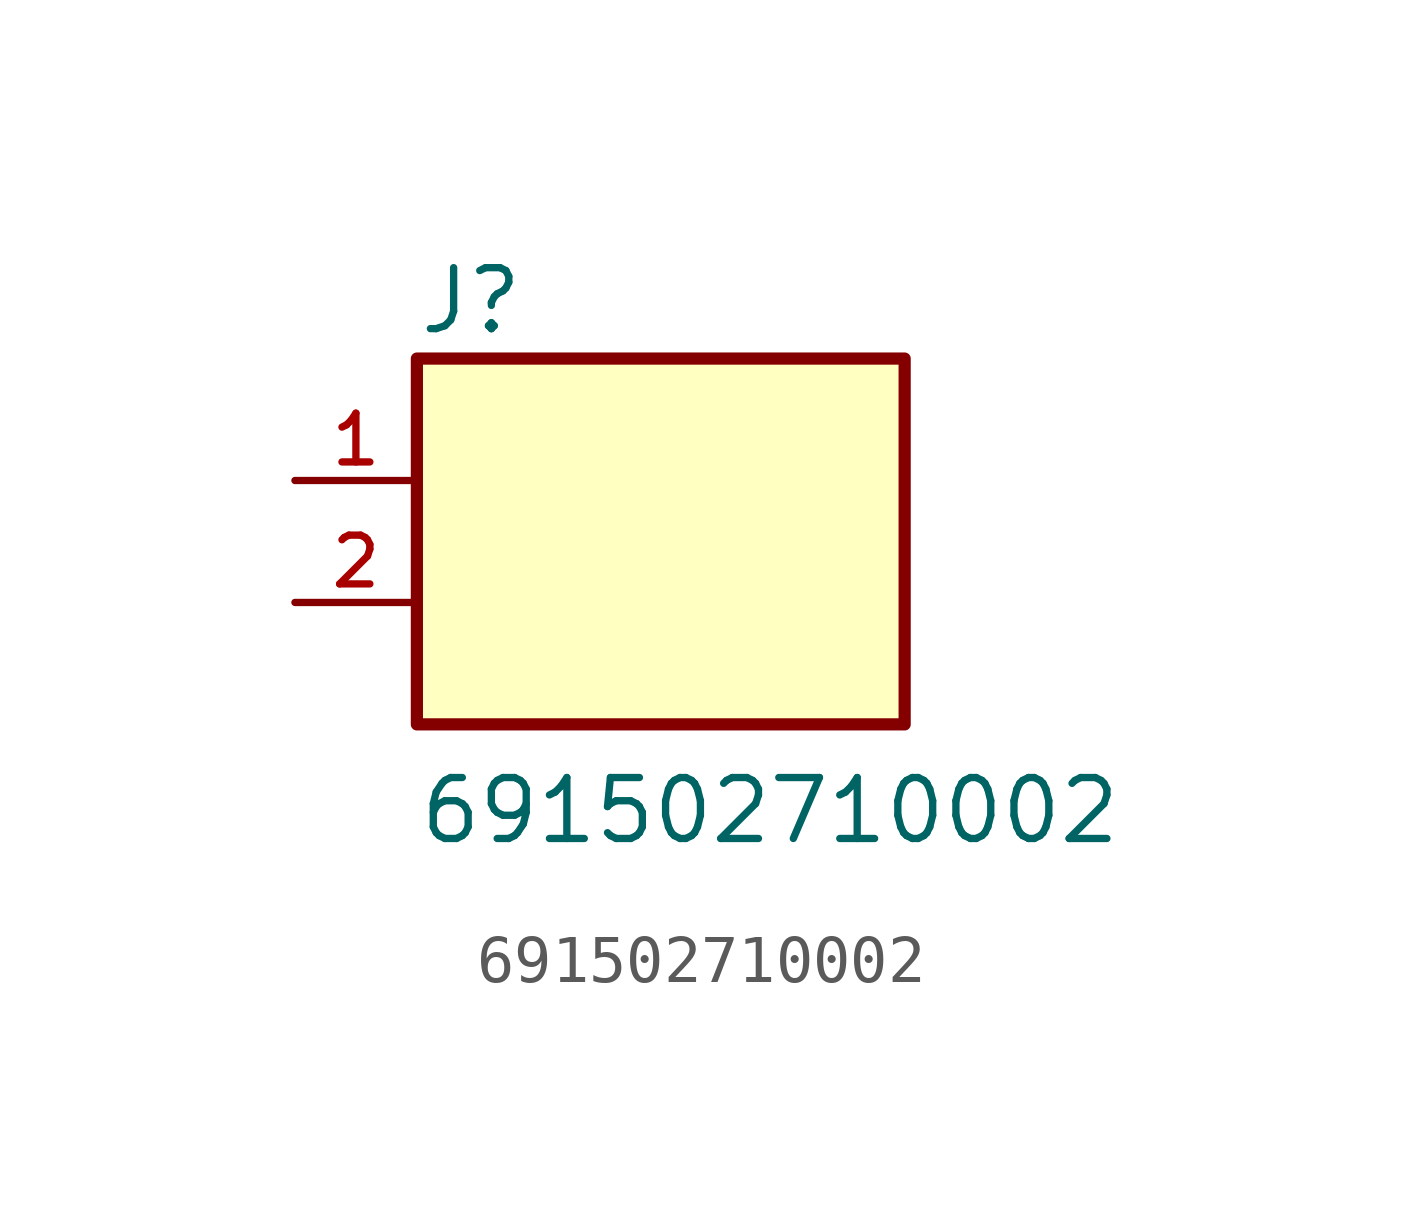
<source format=kicad_sym>
(kicad_symbol_lib
  (version 20211014)
  (generator kicad_symbol_editor)
  (symbol "691502710002"
    (pin_names
      (offset 1.016))
    (property "Reference" "J"
      (at -5.08 5.54 0)
      (effects (font (size 1.27 1.27)) (justify bottom left)))
    (property "Value" "691502710002"
      (at -5.08 -5.08 0)
      (effects (font (size 1.27 1.27)) (justify bottom left)))
    (symbol "691502710002_0_0"
      (rectangle (start -5.08 -2.54) (end 5.08 5.08) (stroke (width 0.254)) (fill (type background)))
      (pin passive line (at -7.62 2.54 0) (length 2.54) (name "~" (effects (font (size 1.016 1.016)))) (number "1" (effects (font (size 1.016 1.016)))))
      (pin passive line (at -7.62 0.0 0) (length 2.54) (name "~" (effects (font (size 1.016 1.016)))) (number "2" (effects (font (size 1.016 1.016))))))))
</source>
